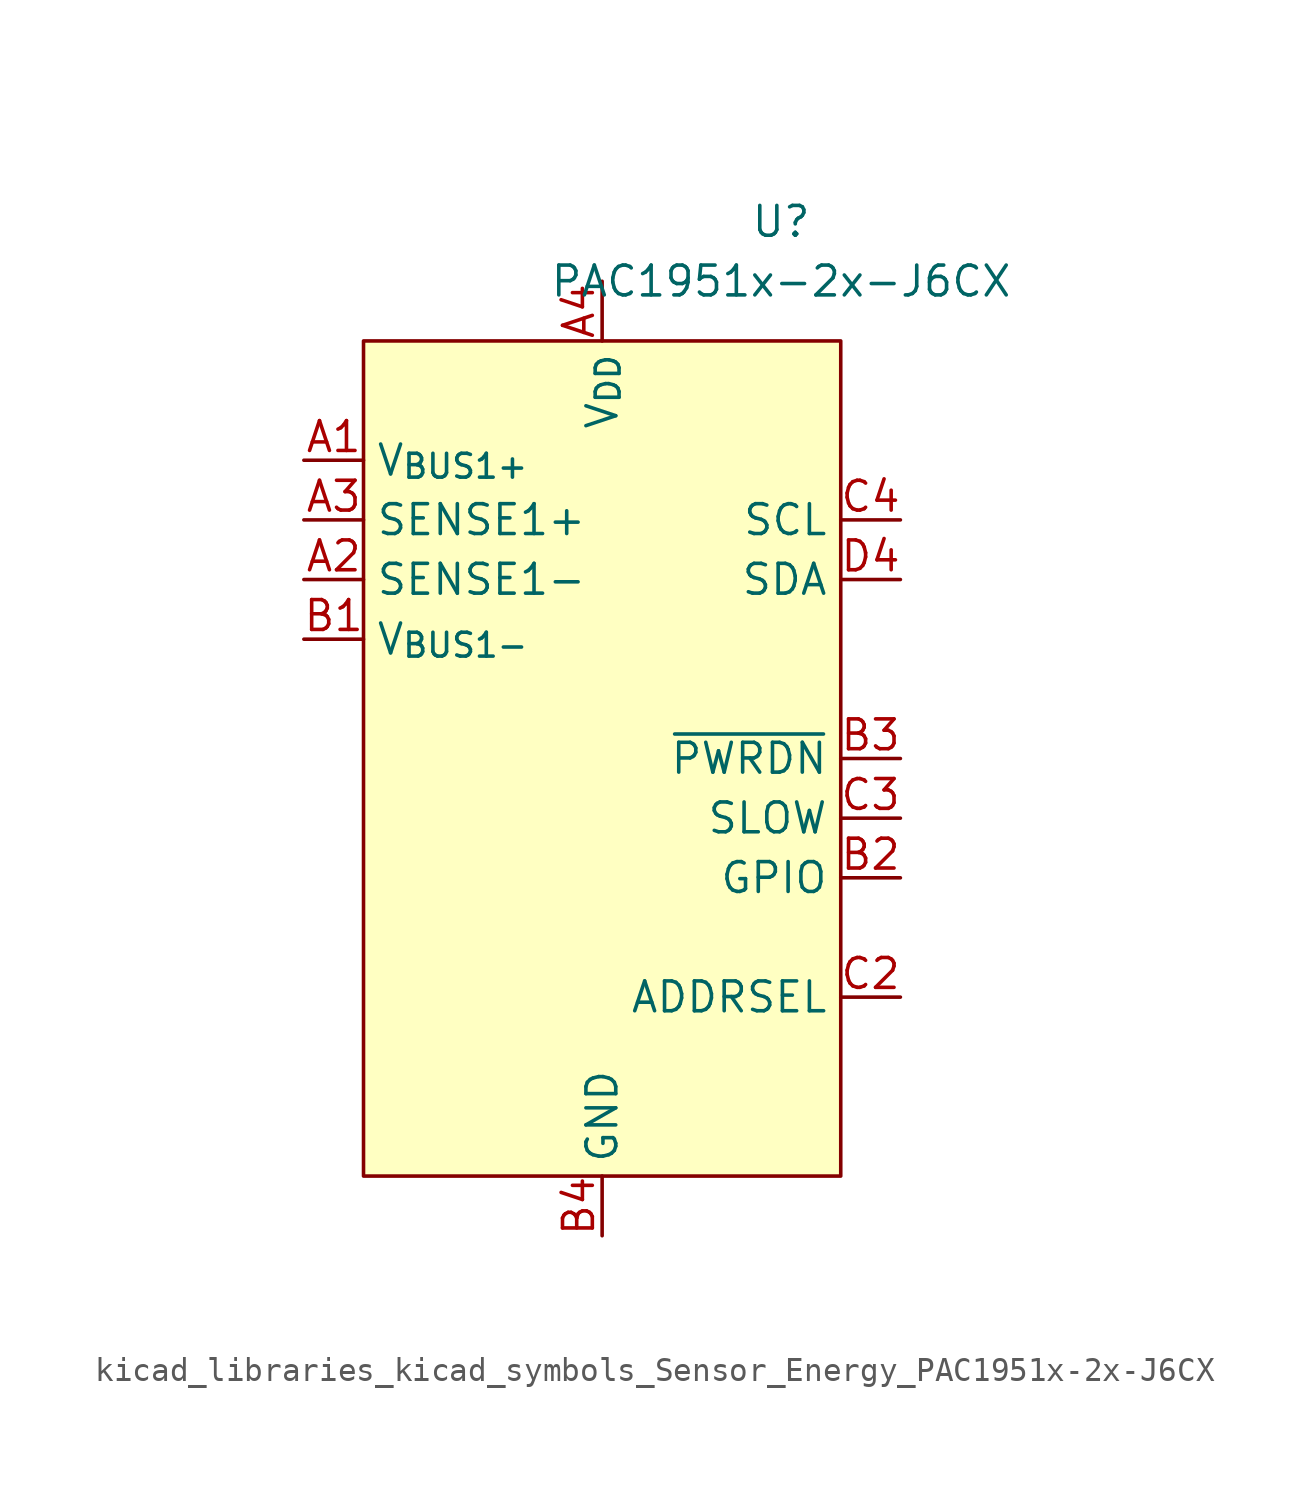
<source format=kicad_sym>
(kicad_symbol_lib
  (version 20220914)
  (generator kicad_symbol_editor)
  (symbol "kicad_libraries_kicad_symbols_Sensor_Energy_PAC1951x-2x-J6CX"
    (property "Reference" "U"
      (at 7.62 22.86 0)
      (effects (font (size 1.27 1.27))))
    (property "Value" "PAC1951x-2x-J6CX"
      (at 7.62 20.32 0)
      (effects (font (size 1.27 1.27))))
    (symbol "kicad_libraries_kicad_symbols_Sensor_Energy_PAC1951x-2x-J6CX_0_0"
      (pin input line (at -12.7 12.7 0) (length 2.54) (name "V_{BUS1+}" (effects (font (size 1.27 1.27)))) (number "A1" (effects (font (size 1.27 1.27)))))
      (pin input line (at -12.7 7.62 0) (length 2.54) (name "SENSE1-" (effects (font (size 1.27 1.27)))) (number "A2" (effects (font (size 1.27 1.27)))))
      (pin input line (at -12.7 10.16 0) (length 2.54) (name "SENSE1+" (effects (font (size 1.27 1.27)))) (number "A3" (effects (font (size 1.27 1.27)))))
      (pin power_in line (at 0 20.32 270) (length 2.54) (name "V_{DD}" (effects (font (size 1.27 1.27)))) (number "A4" (effects (font (size 1.27 1.27)))))
      (pin input line (at -12.7 5.08 0) (length 2.54) (name "V_{BUS1-}" (effects (font (size 1.27 1.27)))) (number "B1" (effects (font (size 1.27 1.27)))))
      (pin bidirectional line (at 12.7 -5.08 180) (length 2.54) (name "GPIO" (effects (font (size 1.27 1.27)))) (number "B2" (effects (font (size 1.27 1.27)))) (alternate "~{ALERT2}" open_collector line))
      (pin input line (at 12.7 0 180) (length 2.54) (name "~{PWRDN}" (effects (font (size 1.27 1.27)))) (number "B3" (effects (font (size 1.27 1.27)))))
      (pin power_in line (at 0 -20.32 90) (length 2.54) (name "GND" (effects (font (size 1.27 1.27)))) (number "B4" (effects (font (size 1.27 1.27)))))
      (pin passive line (at 0 -20.32 90) (length 2.54) hide (name "GND" (effects (font (size 1.27 1.27)))) (number "C1" (effects (font (size 1.27 1.27)))))
      (pin passive line (at 12.7 -10.16 180) (length 2.54) (name "ADDRSEL" (effects (font (size 1.27 1.27)))) (number "C2" (effects (font (size 1.27 1.27)))))
      (pin input line (at 12.7 -2.54 180) (length 2.54) (name "SLOW" (effects (font (size 1.27 1.27)))) (number "C3" (effects (font (size 1.27 1.27)))) (alternate "GPIO" bidirectional line) (alternate "~{ALERT1}" open_collector line))
      (pin input line (at 12.7 10.16 180) (length 2.54) (name "SCL" (effects (font (size 1.27 1.27)))) (number "C4" (effects (font (size 1.27 1.27)))) (alternate "SM_CLK" input line))
      (pin passive line (at 0 -20.32 90) (length 2.54) hide (name "GND" (effects (font (size 1.27 1.27)))) (number "D1" (effects (font (size 1.27 1.27)))))
      (pin passive line (at 0 -20.32 90) (length 2.54) hide (name "GND" (effects (font (size 1.27 1.27)))) (number "D2" (effects (font (size 1.27 1.27)))))
      (pin passive line (at 0 -20.32 90) (length 2.54) hide (name "GND" (effects (font (size 1.27 1.27)))) (number "D3" (effects (font (size 1.27 1.27)))))
      (pin bidirectional line (at 12.7 7.62 180) (length 2.54) (name "SDA" (effects (font (size 1.27 1.27)))) (number "D4" (effects (font (size 1.27 1.27)))) (alternate "SM_DATA" bidirectional line)))
    (symbol "kicad_libraries_kicad_symbols_Sensor_Energy_PAC1951x-2x-J6CX_0_1"
      (rectangle (start -10.16 17.78) (end 10.16 -17.78) (stroke (width 0) (type default)) (fill (type background))))))
</source>
